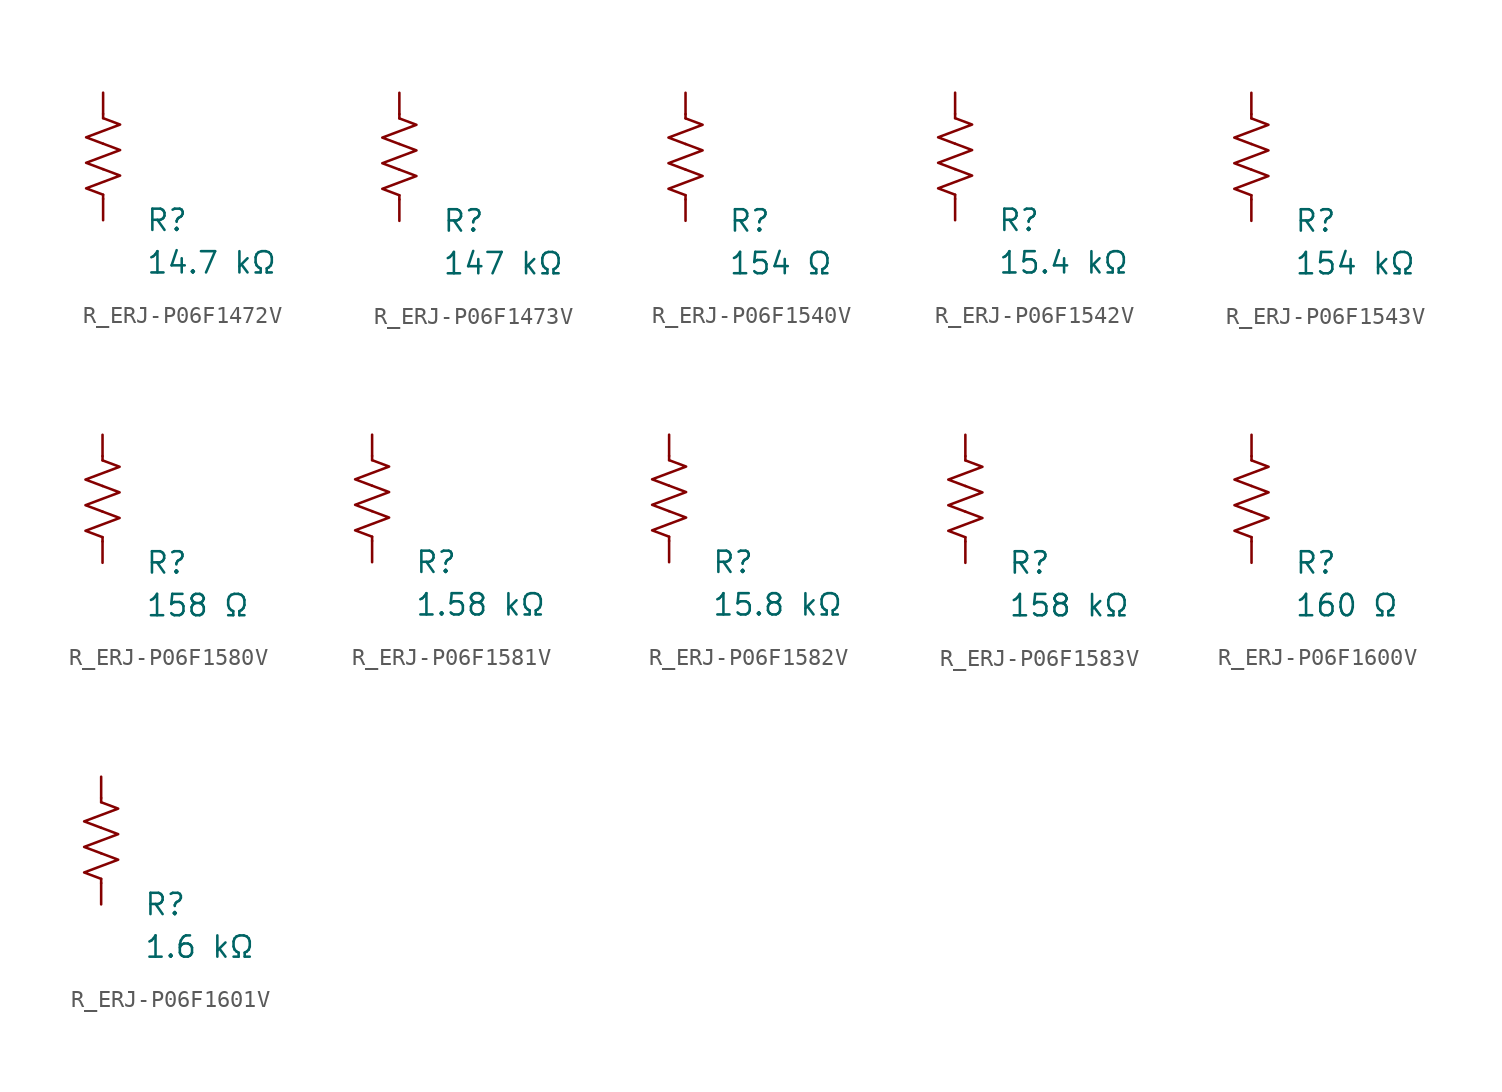
<source format=kicad_sym>
(kicad_symbol_lib
  (version 20231120)
  (generator "kicad_symbol_editor")
  (generator_version "8.0")
  (symbol "R_ERJ-P06F1472V"
    (pin_numbers hide)
    (pin_names
      (offset 0))
    (property "Reference" "R"
      (at 2.54 -3.81 0)
      (effects (font (size 1.27 1.27)) (justify left))
      (show_name no))
    (property "Value" "14.7 kΩ"
      (at 2.54 -6.35 0)
      (effects (font (size 1.27 1.27)) (justify left))
      (show_name no))
    (symbol "R_ERJ-P06F1472V_0_1"
      (polyline (pts (xy 0 -2.286) (xy 0 -2.54)) (stroke (width 0) (type default)) (fill (type none)))
      (polyline (pts (xy 0 2.286) (xy 0 2.54)) (stroke (width 0) (type default)) (fill (type none)))
      (polyline (pts (xy 0 -0.762) (xy 1.016 -1.143) (xy 0 -1.524) (xy -1.016 -1.905) (xy 0 -2.286)) (stroke (width 0) (type default)) (fill (type none)))
      (polyline (pts (xy 0 0.762) (xy 1.016 0.381) (xy 0 0) (xy -1.016 -0.381) (xy 0 -0.762)) (stroke (width 0) (type default)) (fill (type none)))
      (polyline (pts (xy 0 2.286) (xy 1.016 1.905) (xy 0 1.524) (xy -1.016 1.143) (xy 0 0.762)) (stroke (width 0) (type default)) (fill (type none))))
    (symbol "R_ERJ-P06F1472V_1_1"
      (pin passive line (at 0 3.81 270) (length 1.27) (name "~" (effects (font (size 1.27 1.27)))) (number "1" (effects (font (size 1.27 1.27)))))
      (pin passive line (at 0 -3.81 90) (length 1.27) (name "~" (effects (font (size 1.27 1.27)))) (number "2" (effects (font (size 1.27 1.27)))))))
  (symbol "R_ERJ-P06F1473V"
    (pin_numbers hide)
    (pin_names
      (offset 0))
    (property "Reference" "R"
      (at 2.54 -3.81 0)
      (effects (font (size 1.27 1.27)) (justify left))
      (show_name no))
    (property "Value" "147 kΩ"
      (at 2.54 -6.35 0)
      (effects (font (size 1.27 1.27)) (justify left))
      (show_name no))
    (symbol "R_ERJ-P06F1473V_0_1"
      (polyline (pts (xy 0 -2.286) (xy 0 -2.54)) (stroke (width 0) (type default)) (fill (type none)))
      (polyline (pts (xy 0 2.286) (xy 0 2.54)) (stroke (width 0) (type default)) (fill (type none)))
      (polyline (pts (xy 0 -0.762) (xy 1.016 -1.143) (xy 0 -1.524) (xy -1.016 -1.905) (xy 0 -2.286)) (stroke (width 0) (type default)) (fill (type none)))
      (polyline (pts (xy 0 0.762) (xy 1.016 0.381) (xy 0 0) (xy -1.016 -0.381) (xy 0 -0.762)) (stroke (width 0) (type default)) (fill (type none)))
      (polyline (pts (xy 0 2.286) (xy 1.016 1.905) (xy 0 1.524) (xy -1.016 1.143) (xy 0 0.762)) (stroke (width 0) (type default)) (fill (type none))))
    (symbol "R_ERJ-P06F1473V_1_1"
      (pin passive line (at 0 3.81 270) (length 1.27) (name "~" (effects (font (size 1.27 1.27)))) (number "1" (effects (font (size 1.27 1.27)))))
      (pin passive line (at 0 -3.81 90) (length 1.27) (name "~" (effects (font (size 1.27 1.27)))) (number "2" (effects (font (size 1.27 1.27)))))))
  (symbol "R_ERJ-P06F1540V"
    (pin_numbers hide)
    (pin_names
      (offset 0))
    (property "Reference" "R"
      (at 2.54 -3.81 0)
      (effects (font (size 1.27 1.27)) (justify left))
      (show_name no))
    (property "Value" "154 Ω"
      (at 2.54 -6.35 0)
      (effects (font (size 1.27 1.27)) (justify left))
      (show_name no))
    (symbol "R_ERJ-P06F1540V_0_1"
      (polyline (pts (xy 0 -2.286) (xy 0 -2.54)) (stroke (width 0) (type default)) (fill (type none)))
      (polyline (pts (xy 0 2.286) (xy 0 2.54)) (stroke (width 0) (type default)) (fill (type none)))
      (polyline (pts (xy 0 -0.762) (xy 1.016 -1.143) (xy 0 -1.524) (xy -1.016 -1.905) (xy 0 -2.286)) (stroke (width 0) (type default)) (fill (type none)))
      (polyline (pts (xy 0 0.762) (xy 1.016 0.381) (xy 0 0) (xy -1.016 -0.381) (xy 0 -0.762)) (stroke (width 0) (type default)) (fill (type none)))
      (polyline (pts (xy 0 2.286) (xy 1.016 1.905) (xy 0 1.524) (xy -1.016 1.143) (xy 0 0.762)) (stroke (width 0) (type default)) (fill (type none))))
    (symbol "R_ERJ-P06F1540V_1_1"
      (pin passive line (at 0 3.81 270) (length 1.27) (name "~" (effects (font (size 1.27 1.27)))) (number "1" (effects (font (size 1.27 1.27)))))
      (pin passive line (at 0 -3.81 90) (length 1.27) (name "~" (effects (font (size 1.27 1.27)))) (number "2" (effects (font (size 1.27 1.27)))))))
  (symbol "R_ERJ-P06F1542V"
    (pin_numbers hide)
    (pin_names
      (offset 0))
    (property "Reference" "R"
      (at 2.54 -3.81 0)
      (effects (font (size 1.27 1.27)) (justify left))
      (show_name no))
    (property "Value" "15.4 kΩ"
      (at 2.54 -6.35 0)
      (effects (font (size 1.27 1.27)) (justify left))
      (show_name no))
    (symbol "R_ERJ-P06F1542V_0_1"
      (polyline (pts (xy 0 -2.286) (xy 0 -2.54)) (stroke (width 0) (type default)) (fill (type none)))
      (polyline (pts (xy 0 2.286) (xy 0 2.54)) (stroke (width 0) (type default)) (fill (type none)))
      (polyline (pts (xy 0 -0.762) (xy 1.016 -1.143) (xy 0 -1.524) (xy -1.016 -1.905) (xy 0 -2.286)) (stroke (width 0) (type default)) (fill (type none)))
      (polyline (pts (xy 0 0.762) (xy 1.016 0.381) (xy 0 0) (xy -1.016 -0.381) (xy 0 -0.762)) (stroke (width 0) (type default)) (fill (type none)))
      (polyline (pts (xy 0 2.286) (xy 1.016 1.905) (xy 0 1.524) (xy -1.016 1.143) (xy 0 0.762)) (stroke (width 0) (type default)) (fill (type none))))
    (symbol "R_ERJ-P06F1542V_1_1"
      (pin passive line (at 0 3.81 270) (length 1.27) (name "~" (effects (font (size 1.27 1.27)))) (number "1" (effects (font (size 1.27 1.27)))))
      (pin passive line (at 0 -3.81 90) (length 1.27) (name "~" (effects (font (size 1.27 1.27)))) (number "2" (effects (font (size 1.27 1.27)))))))
  (symbol "R_ERJ-P06F1543V"
    (pin_numbers hide)
    (pin_names
      (offset 0))
    (property "Reference" "R"
      (at 2.54 -3.81 0)
      (effects (font (size 1.27 1.27)) (justify left))
      (show_name no))
    (property "Value" "154 kΩ"
      (at 2.54 -6.35 0)
      (effects (font (size 1.27 1.27)) (justify left))
      (show_name no))
    (symbol "R_ERJ-P06F1543V_0_1"
      (polyline (pts (xy 0 -2.286) (xy 0 -2.54)) (stroke (width 0) (type default)) (fill (type none)))
      (polyline (pts (xy 0 2.286) (xy 0 2.54)) (stroke (width 0) (type default)) (fill (type none)))
      (polyline (pts (xy 0 -0.762) (xy 1.016 -1.143) (xy 0 -1.524) (xy -1.016 -1.905) (xy 0 -2.286)) (stroke (width 0) (type default)) (fill (type none)))
      (polyline (pts (xy 0 0.762) (xy 1.016 0.381) (xy 0 0) (xy -1.016 -0.381) (xy 0 -0.762)) (stroke (width 0) (type default)) (fill (type none)))
      (polyline (pts (xy 0 2.286) (xy 1.016 1.905) (xy 0 1.524) (xy -1.016 1.143) (xy 0 0.762)) (stroke (width 0) (type default)) (fill (type none))))
    (symbol "R_ERJ-P06F1543V_1_1"
      (pin passive line (at 0 3.81 270) (length 1.27) (name "~" (effects (font (size 1.27 1.27)))) (number "1" (effects (font (size 1.27 1.27)))))
      (pin passive line (at 0 -3.81 90) (length 1.27) (name "~" (effects (font (size 1.27 1.27)))) (number "2" (effects (font (size 1.27 1.27)))))))
  (symbol "R_ERJ-P06F1580V"
    (pin_numbers hide)
    (pin_names
      (offset 0))
    (property "Reference" "R"
      (at 2.54 -3.81 0)
      (effects (font (size 1.27 1.27)) (justify left))
      (show_name no))
    (property "Value" "158 Ω"
      (at 2.54 -6.35 0)
      (effects (font (size 1.27 1.27)) (justify left))
      (show_name no))
    (symbol "R_ERJ-P06F1580V_0_1"
      (polyline (pts (xy 0 -2.286) (xy 0 -2.54)) (stroke (width 0) (type default)) (fill (type none)))
      (polyline (pts (xy 0 2.286) (xy 0 2.54)) (stroke (width 0) (type default)) (fill (type none)))
      (polyline (pts (xy 0 -0.762) (xy 1.016 -1.143) (xy 0 -1.524) (xy -1.016 -1.905) (xy 0 -2.286)) (stroke (width 0) (type default)) (fill (type none)))
      (polyline (pts (xy 0 0.762) (xy 1.016 0.381) (xy 0 0) (xy -1.016 -0.381) (xy 0 -0.762)) (stroke (width 0) (type default)) (fill (type none)))
      (polyline (pts (xy 0 2.286) (xy 1.016 1.905) (xy 0 1.524) (xy -1.016 1.143) (xy 0 0.762)) (stroke (width 0) (type default)) (fill (type none))))
    (symbol "R_ERJ-P06F1580V_1_1"
      (pin passive line (at 0 3.81 270) (length 1.27) (name "~" (effects (font (size 1.27 1.27)))) (number "1" (effects (font (size 1.27 1.27)))))
      (pin passive line (at 0 -3.81 90) (length 1.27) (name "~" (effects (font (size 1.27 1.27)))) (number "2" (effects (font (size 1.27 1.27)))))))
  (symbol "R_ERJ-P06F1581V"
    (pin_numbers hide)
    (pin_names
      (offset 0))
    (property "Reference" "R"
      (at 2.54 -3.81 0)
      (effects (font (size 1.27 1.27)) (justify left))
      (show_name no))
    (property "Value" "1.58 kΩ"
      (at 2.54 -6.35 0)
      (effects (font (size 1.27 1.27)) (justify left))
      (show_name no))
    (symbol "R_ERJ-P06F1581V_0_1"
      (polyline (pts (xy 0 -2.286) (xy 0 -2.54)) (stroke (width 0) (type default)) (fill (type none)))
      (polyline (pts (xy 0 2.286) (xy 0 2.54)) (stroke (width 0) (type default)) (fill (type none)))
      (polyline (pts (xy 0 -0.762) (xy 1.016 -1.143) (xy 0 -1.524) (xy -1.016 -1.905) (xy 0 -2.286)) (stroke (width 0) (type default)) (fill (type none)))
      (polyline (pts (xy 0 0.762) (xy 1.016 0.381) (xy 0 0) (xy -1.016 -0.381) (xy 0 -0.762)) (stroke (width 0) (type default)) (fill (type none)))
      (polyline (pts (xy 0 2.286) (xy 1.016 1.905) (xy 0 1.524) (xy -1.016 1.143) (xy 0 0.762)) (stroke (width 0) (type default)) (fill (type none))))
    (symbol "R_ERJ-P06F1581V_1_1"
      (pin passive line (at 0 3.81 270) (length 1.27) (name "~" (effects (font (size 1.27 1.27)))) (number "1" (effects (font (size 1.27 1.27)))))
      (pin passive line (at 0 -3.81 90) (length 1.27) (name "~" (effects (font (size 1.27 1.27)))) (number "2" (effects (font (size 1.27 1.27)))))))
  (symbol "R_ERJ-P06F1582V"
    (pin_numbers hide)
    (pin_names
      (offset 0))
    (property "Reference" "R"
      (at 2.54 -3.81 0)
      (effects (font (size 1.27 1.27)) (justify left))
      (show_name no))
    (property "Value" "15.8 kΩ"
      (at 2.54 -6.35 0)
      (effects (font (size 1.27 1.27)) (justify left))
      (show_name no))
    (symbol "R_ERJ-P06F1582V_0_1"
      (polyline (pts (xy 0 -2.286) (xy 0 -2.54)) (stroke (width 0) (type default)) (fill (type none)))
      (polyline (pts (xy 0 2.286) (xy 0 2.54)) (stroke (width 0) (type default)) (fill (type none)))
      (polyline (pts (xy 0 -0.762) (xy 1.016 -1.143) (xy 0 -1.524) (xy -1.016 -1.905) (xy 0 -2.286)) (stroke (width 0) (type default)) (fill (type none)))
      (polyline (pts (xy 0 0.762) (xy 1.016 0.381) (xy 0 0) (xy -1.016 -0.381) (xy 0 -0.762)) (stroke (width 0) (type default)) (fill (type none)))
      (polyline (pts (xy 0 2.286) (xy 1.016 1.905) (xy 0 1.524) (xy -1.016 1.143) (xy 0 0.762)) (stroke (width 0) (type default)) (fill (type none))))
    (symbol "R_ERJ-P06F1582V_1_1"
      (pin passive line (at 0 3.81 270) (length 1.27) (name "~" (effects (font (size 1.27 1.27)))) (number "1" (effects (font (size 1.27 1.27)))))
      (pin passive line (at 0 -3.81 90) (length 1.27) (name "~" (effects (font (size 1.27 1.27)))) (number "2" (effects (font (size 1.27 1.27)))))))
  (symbol "R_ERJ-P06F1583V"
    (pin_numbers hide)
    (pin_names
      (offset 0))
    (property "Reference" "R"
      (at 2.54 -3.81 0)
      (effects (font (size 1.27 1.27)) (justify left))
      (show_name no))
    (property "Value" "158 kΩ"
      (at 2.54 -6.35 0)
      (effects (font (size 1.27 1.27)) (justify left))
      (show_name no))
    (symbol "R_ERJ-P06F1583V_0_1"
      (polyline (pts (xy 0 -2.286) (xy 0 -2.54)) (stroke (width 0) (type default)) (fill (type none)))
      (polyline (pts (xy 0 2.286) (xy 0 2.54)) (stroke (width 0) (type default)) (fill (type none)))
      (polyline (pts (xy 0 -0.762) (xy 1.016 -1.143) (xy 0 -1.524) (xy -1.016 -1.905) (xy 0 -2.286)) (stroke (width 0) (type default)) (fill (type none)))
      (polyline (pts (xy 0 0.762) (xy 1.016 0.381) (xy 0 0) (xy -1.016 -0.381) (xy 0 -0.762)) (stroke (width 0) (type default)) (fill (type none)))
      (polyline (pts (xy 0 2.286) (xy 1.016 1.905) (xy 0 1.524) (xy -1.016 1.143) (xy 0 0.762)) (stroke (width 0) (type default)) (fill (type none))))
    (symbol "R_ERJ-P06F1583V_1_1"
      (pin passive line (at 0 3.81 270) (length 1.27) (name "~" (effects (font (size 1.27 1.27)))) (number "1" (effects (font (size 1.27 1.27)))))
      (pin passive line (at 0 -3.81 90) (length 1.27) (name "~" (effects (font (size 1.27 1.27)))) (number "2" (effects (font (size 1.27 1.27)))))))
  (symbol "R_ERJ-P06F1600V"
    (pin_numbers hide)
    (pin_names
      (offset 0))
    (property "Reference" "R"
      (at 2.54 -3.81 0)
      (effects (font (size 1.27 1.27)) (justify left))
      (show_name no))
    (property "Value" "160 Ω"
      (at 2.54 -6.35 0)
      (effects (font (size 1.27 1.27)) (justify left))
      (show_name no))
    (symbol "R_ERJ-P06F1600V_0_1"
      (polyline (pts (xy 0 -2.286) (xy 0 -2.54)) (stroke (width 0) (type default)) (fill (type none)))
      (polyline (pts (xy 0 2.286) (xy 0 2.54)) (stroke (width 0) (type default)) (fill (type none)))
      (polyline (pts (xy 0 -0.762) (xy 1.016 -1.143) (xy 0 -1.524) (xy -1.016 -1.905) (xy 0 -2.286)) (stroke (width 0) (type default)) (fill (type none)))
      (polyline (pts (xy 0 0.762) (xy 1.016 0.381) (xy 0 0) (xy -1.016 -0.381) (xy 0 -0.762)) (stroke (width 0) (type default)) (fill (type none)))
      (polyline (pts (xy 0 2.286) (xy 1.016 1.905) (xy 0 1.524) (xy -1.016 1.143) (xy 0 0.762)) (stroke (width 0) (type default)) (fill (type none))))
    (symbol "R_ERJ-P06F1600V_1_1"
      (pin passive line (at 0 3.81 270) (length 1.27) (name "~" (effects (font (size 1.27 1.27)))) (number "1" (effects (font (size 1.27 1.27)))))
      (pin passive line (at 0 -3.81 90) (length 1.27) (name "~" (effects (font (size 1.27 1.27)))) (number "2" (effects (font (size 1.27 1.27)))))))
  (symbol "R_ERJ-P06F1601V"
    (pin_numbers hide)
    (pin_names
      (offset 0))
    (property "Reference" "R"
      (at 2.54 -3.81 0)
      (effects (font (size 1.27 1.27)) (justify left))
      (show_name no))
    (property "Value" "1.6 kΩ"
      (at 2.54 -6.35 0)
      (effects (font (size 1.27 1.27)) (justify left))
      (show_name no))
    (symbol "R_ERJ-P06F1601V_0_1"
      (polyline (pts (xy 0 -2.286) (xy 0 -2.54)) (stroke (width 0) (type default)) (fill (type none)))
      (polyline (pts (xy 0 2.286) (xy 0 2.54)) (stroke (width 0) (type default)) (fill (type none)))
      (polyline (pts (xy 0 -0.762) (xy 1.016 -1.143) (xy 0 -1.524) (xy -1.016 -1.905) (xy 0 -2.286)) (stroke (width 0) (type default)) (fill (type none)))
      (polyline (pts (xy 0 0.762) (xy 1.016 0.381) (xy 0 0) (xy -1.016 -0.381) (xy 0 -0.762)) (stroke (width 0) (type default)) (fill (type none)))
      (polyline (pts (xy 0 2.286) (xy 1.016 1.905) (xy 0 1.524) (xy -1.016 1.143) (xy 0 0.762)) (stroke (width 0) (type default)) (fill (type none))))
    (symbol "R_ERJ-P06F1601V_1_1"
      (pin passive line (at 0 3.81 270) (length 1.27) (name "~" (effects (font (size 1.27 1.27)))) (number "1" (effects (font (size 1.27 1.27)))))
      (pin passive line (at 0 -3.81 90) (length 1.27) (name "~" (effects (font (size 1.27 1.27)))) (number "2" (effects (font (size 1.27 1.27))))))))
</source>
